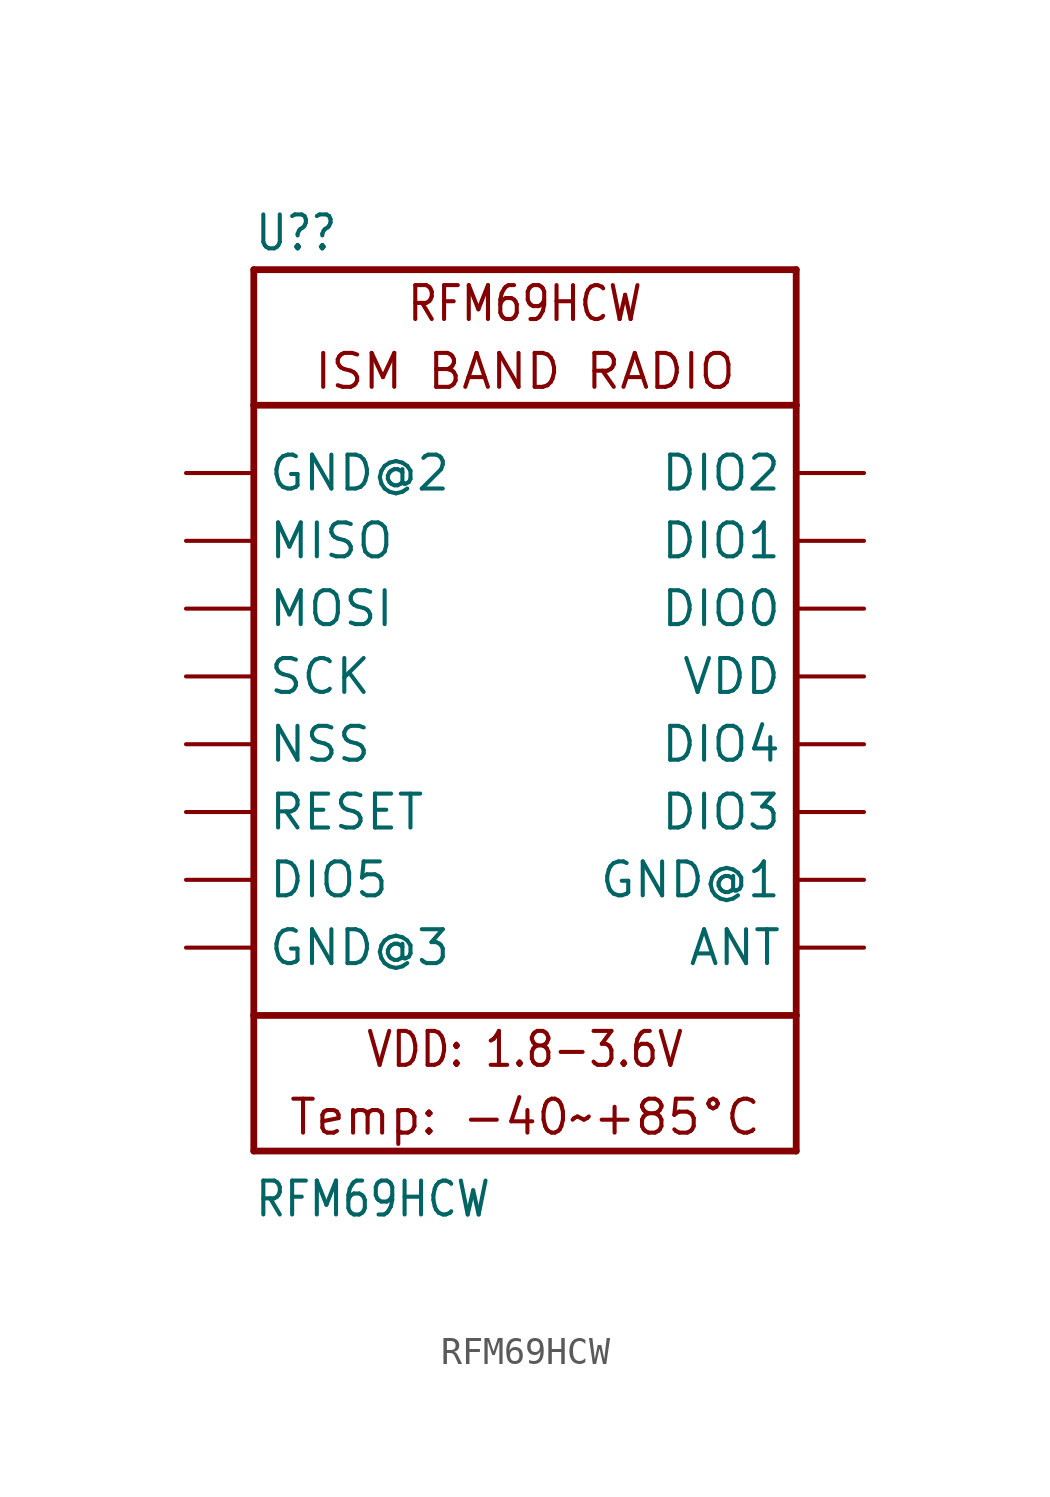
<source format=kicad_sym>
(kicad_symbol_lib
  (version 20211014)
  (generator kicad_symbol_editor)
  (symbol "RFM69HCW"
    (property "Reference" "U?"
      (at -10.16 15.875 0)
      (effects (font (size 1.27 1.079)) (justify left bottom)))
    (property "Value" "RFM69HCW"
      (at -10.16 -20.32 0)
      (effects (font (size 1.27 1.079)) (justify left bottom)))
    (property "ki_locked" ""
      (at 0 0 0)
      (effects (font (size 1.27 1.27))))
    (symbol "RFM69HCW_0_0"
      (text "ISM BAND RADIO" (at 0 11.43 0) (effects (font (size 1.27 1.27))))
      (text "Temp: -40~+85°C" (at 0 -16.51 0) (effects (font (size 1.27 1.27)))))
    (symbol "RFM69HCW_1_0"
      (polyline (pts (xy -10.16 -17.78) (xy 10.16 -17.78)) (stroke (width 0.254) (type default) (color 0 0 0 0)) (fill (type none)))
      (polyline (pts (xy -10.16 -12.7) (xy -10.16 -17.78)) (stroke (width 0.254) (type default) (color 0 0 0 0)) (fill (type none)))
      (polyline (pts (xy -10.16 -12.7) (xy -10.16 10.16)) (stroke (width 0.254) (type default) (color 0 0 0 0)) (fill (type none)))
      (polyline (pts (xy -10.16 10.16) (xy -10.16 15.24)) (stroke (width 0.254) (type default) (color 0 0 0 0)) (fill (type none)))
      (polyline (pts (xy -10.16 10.16) (xy 10.16 10.16)) (stroke (width 0.254) (type default) (color 0 0 0 0)) (fill (type none)))
      (polyline (pts (xy -10.16 15.24) (xy 10.16 15.24)) (stroke (width 0.254) (type default) (color 0 0 0 0)) (fill (type none)))
      (polyline (pts (xy 10.16 -17.78) (xy 10.16 -12.7)) (stroke (width 0.254) (type default) (color 0 0 0 0)) (fill (type none)))
      (polyline (pts (xy 10.16 -12.7) (xy -10.16 -12.7)) (stroke (width 0.254) (type default) (color 0 0 0 0)) (fill (type none)))
      (polyline (pts (xy 10.16 10.16) (xy 10.16 -12.7)) (stroke (width 0.254) (type default) (color 0 0 0 0)) (fill (type none)))
      (polyline (pts (xy 10.16 15.24) (xy 10.16 10.16)) (stroke (width 0.254) (type default) (color 0 0 0 0)) (fill (type none)))
      (text "RFM69HCW" (at 0 13.97 0) (effects (font (size 1.27 1.079))))
      (text "VDD: 1.8-3.6V" (at 0 -13.97 0) (effects (font (size 1.27 1.079))))
      (pin bidirectional line (at 12.7 -10.16 180) (length 2.54) (name "ANT" (effects (font (size 1.27 1.27)))) (number "1" (effects (font (size 0 0)))))
      (pin output line (at -12.7 5.08 0) (length 2.54) (name "MISO" (effects (font (size 1.27 1.27)))) (number "10" (effects (font (size 0 0)))))
      (pin input line (at -12.7 2.54 0) (length 2.54) (name "MOSI" (effects (font (size 1.27 1.27)))) (number "11" (effects (font (size 0 0)))))
      (pin input line (at -12.7 0 0) (length 2.54) (name "SCK" (effects (font (size 1.27 1.27)))) (number "12" (effects (font (size 0 0)))))
      (pin input line (at -12.7 -2.54 0) (length 2.54) (name "NSS" (effects (font (size 1.27 1.27)))) (number "13" (effects (font (size 0 0)))))
      (pin input line (at -12.7 -5.08 0) (length 2.54) (name "RESET" (effects (font (size 1.27 1.27)))) (number "14" (effects (font (size 0 0)))))
      (pin bidirectional line (at -12.7 -7.62 0) (length 2.54) (name "DIO5" (effects (font (size 1.27 1.27)))) (number "15" (effects (font (size 0 0)))))
      (pin power_in line (at -12.7 -10.16 0) (length 2.54) (name "GND@3" (effects (font (size 1.27 1.27)))) (number "16" (effects (font (size 0 0)))))
      (pin power_in line (at 12.7 -7.62 180) (length 2.54) (name "GND@1" (effects (font (size 1.27 1.27)))) (number "2" (effects (font (size 0 0)))))
      (pin bidirectional line (at 12.7 -5.08 180) (length 2.54) (name "DIO3" (effects (font (size 1.27 1.27)))) (number "3" (effects (font (size 0 0)))))
      (pin bidirectional line (at 12.7 -2.54 180) (length 2.54) (name "DIO4" (effects (font (size 1.27 1.27)))) (number "4" (effects (font (size 0 0)))))
      (pin power_in line (at 12.7 0 180) (length 2.54) (name "VDD" (effects (font (size 1.27 1.27)))) (number "5" (effects (font (size 0 0)))))
      (pin bidirectional line (at 12.7 2.54 180) (length 2.54) (name "DIO0" (effects (font (size 1.27 1.27)))) (number "6" (effects (font (size 0 0)))))
      (pin bidirectional line (at 12.7 5.08 180) (length 2.54) (name "DIO1" (effects (font (size 1.27 1.27)))) (number "7" (effects (font (size 0 0)))))
      (pin bidirectional line (at 12.7 7.62 180) (length 2.54) (name "DIO2" (effects (font (size 1.27 1.27)))) (number "8" (effects (font (size 0 0)))))
      (pin power_in line (at -12.7 7.62 0) (length 2.54) (name "GND@2" (effects (font (size 1.27 1.27)))) (number "9" (effects (font (size 0 0))))))))
</source>
